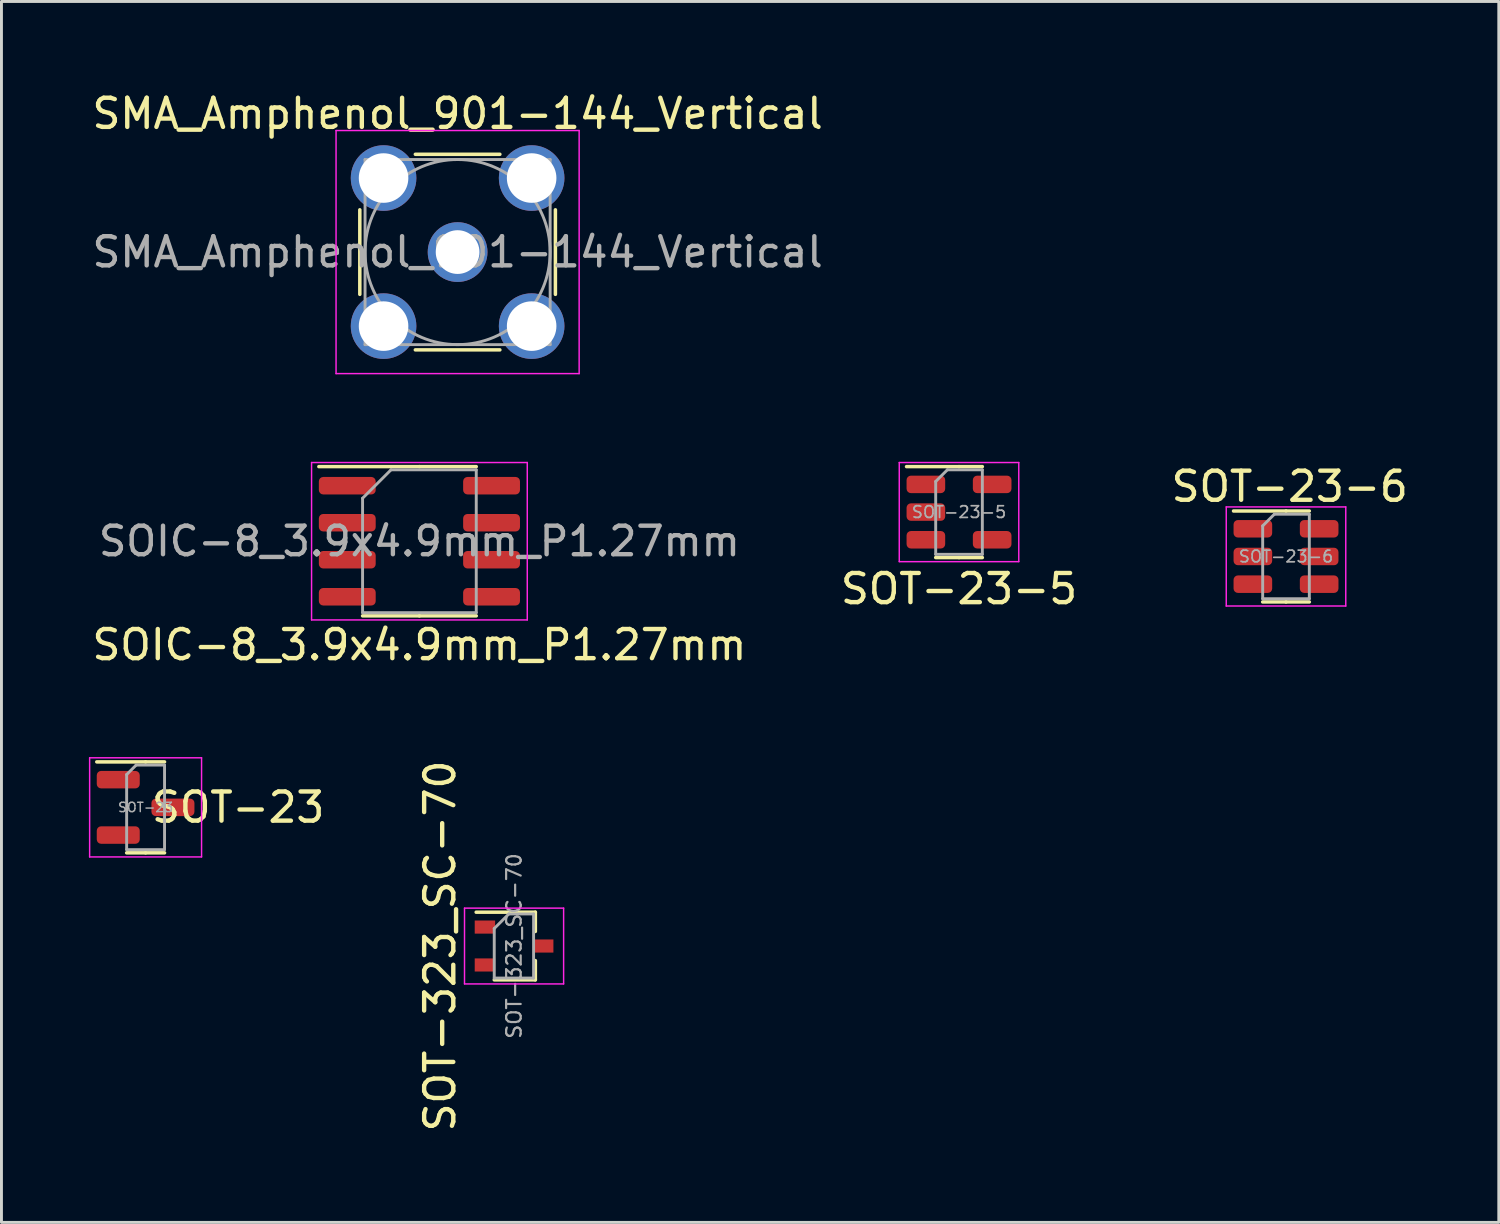
<source format=kicad_pcb>
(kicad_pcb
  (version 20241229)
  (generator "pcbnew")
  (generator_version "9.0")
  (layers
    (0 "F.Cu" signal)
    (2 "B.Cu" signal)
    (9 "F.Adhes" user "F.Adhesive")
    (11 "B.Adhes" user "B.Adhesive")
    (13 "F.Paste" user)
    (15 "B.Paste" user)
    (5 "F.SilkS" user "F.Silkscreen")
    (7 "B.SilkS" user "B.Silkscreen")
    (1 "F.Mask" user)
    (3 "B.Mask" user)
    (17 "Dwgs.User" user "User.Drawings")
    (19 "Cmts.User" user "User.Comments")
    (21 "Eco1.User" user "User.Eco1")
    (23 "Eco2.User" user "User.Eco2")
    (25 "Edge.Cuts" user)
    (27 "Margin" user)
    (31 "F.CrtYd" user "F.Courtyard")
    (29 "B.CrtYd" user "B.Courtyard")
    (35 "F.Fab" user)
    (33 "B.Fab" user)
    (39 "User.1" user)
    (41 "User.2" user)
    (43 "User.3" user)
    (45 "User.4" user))
  (footprint "SOT-23-6"
    (layer "F.Cu")
    (at 41.069 16.041)
    (property "Reference" "SOT-23-6" (at 0.127 -2.4 0) (layer "F.SilkS") (effects (font (size 1 1) (thickness 0.15))))
    (attr smd)
    (fp_line (start 0 -1.56) (end -1.8 -1.56) (stroke (width 0.12) (type solid)) (layer "F.SilkS"))
    (fp_line (start 0 -1.56) (end 0.8 -1.56) (stroke (width 0.12) (type solid)) (layer "F.SilkS"))
    (fp_line (start 0 1.56) (end -0.8 1.56) (stroke (width 0.12) (type solid)) (layer "F.SilkS"))
    (fp_line (start 0 1.56) (end 0.8 1.56) (stroke (width 0.12) (type solid)) (layer "F.SilkS"))
    (fp_line (start -2.05 -1.7) (end -2.05 1.7) (stroke (width 0.05) (type solid)) (layer "F.CrtYd"))
    (fp_line (start -2.05 1.7) (end 2.05 1.7) (stroke (width 0.05) (type solid)) (layer "F.CrtYd"))
    (fp_line (start 2.05 -1.7) (end -2.05 -1.7) (stroke (width 0.05) (type solid)) (layer "F.CrtYd"))
    (fp_line (start 2.05 1.7) (end 2.05 -1.7) (stroke (width 0.05) (type solid)) (layer "F.CrtYd"))
    (fp_line (start -0.8 -1.05) (end -0.4 -1.45) (stroke (width 0.1) (type solid)) (layer "F.Fab"))
    (fp_line (start -0.8 1.45) (end -0.8 -1.05) (stroke (width 0.1) (type solid)) (layer "F.Fab"))
    (fp_line (start -0.4 -1.45) (end 0.8 -1.45) (stroke (width 0.1) (type solid)) (layer "F.Fab"))
    (fp_line (start 0.8 -1.45) (end 0.8 1.45) (stroke (width 0.1) (type solid)) (layer "F.Fab"))
    (fp_line (start 0.8 1.45) (end -0.8 1.45) (stroke (width 0.1) (type solid)) (layer "F.Fab"))
    (fp_text user "${REFERENCE}" (at 0 0 0) (layer "F.Fab") (effects (font (size 0.4 0.4) (thickness 0.06))))
    (pad "1" smd roundrect (at -1.137 -0.95 180) (size 1.325 0.6) (layers "F.Cu" "F.Mask" "F.Paste") (roundrect_rratio 0.25))
    (pad "2" smd roundrect (at -1.137 0 180) (size 1.325 0.6) (layers "F.Cu" "F.Mask" "F.Paste") (roundrect_rratio 0.25))
    (pad "3" smd roundrect (at -1.137 0.95 180) (size 1.325 0.6) (layers "F.Cu" "F.Mask" "F.Paste") (roundrect_rratio 0.25))
    (pad "4" smd roundrect (at 1.137 0.95 180) (size 1.325 0.6) (layers "F.Cu" "F.Mask" "F.Paste") (roundrect_rratio 0.25))
    (pad "5" smd roundrect (at 1.137 0 180) (size 1.325 0.6) (layers "F.Cu" "F.Mask" "F.Paste") (roundrect_rratio 0.25))
    (pad "6" smd roundrect (at 1.137 -0.95 180) (size 1.325 0.6) (layers "F.Cu" "F.Mask" "F.Paste") (roundrect_rratio 0.25)))
  (footprint "SMA_Amphenol_901-144_Vertical"
    (layer "F.Cu")
    (at 12.649 5.598)
    (property "Reference" "SMA_Amphenol_901-144_Vertical" (at 0 -4.75 0) (layer "F.SilkS") (effects (font (size 1 1) (thickness 0.15))))
    (attr through_hole)
    (fp_line (start -3.355 -1.45) (end -3.355 1.45) (stroke (width 0.12) (type solid)) (layer "F.SilkS"))
    (fp_line (start -1.45 -3.355) (end 1.45 -3.355) (stroke (width 0.12) (type solid)) (layer "F.SilkS"))
    (fp_line (start -1.45 3.355) (end 1.45 3.355) (stroke (width 0.12) (type solid)) (layer "F.SilkS"))
    (fp_line (start 3.355 -1.45) (end 3.355 1.45) (stroke (width 0.12) (type solid)) (layer "F.SilkS"))
    (fp_line (start -4.17 -4.17) (end -4.17 4.17) (stroke (width 0.05) (type solid)) (layer "F.CrtYd"))
    (fp_line (start -4.17 -4.17) (end 4.17 -4.17) (stroke (width 0.05) (type solid)) (layer "F.CrtYd"))
    (fp_line (start 4.17 4.17) (end -4.17 4.17) (stroke (width 0.05) (type solid)) (layer "F.CrtYd"))
    (fp_line (start 4.17 4.17) (end 4.17 -4.17) (stroke (width 0.05) (type solid)) (layer "F.CrtYd"))
    (fp_line (start -3.175 -3.175) (end -3.175 3.175) (stroke (width 0.1) (type solid)) (layer "F.Fab"))
    (fp_line (start -3.175 -3.175) (end 3.175 -3.175) (stroke (width 0.1) (type solid)) (layer "F.Fab"))
    (fp_line (start -3.175 3.175) (end 3.175 3.175) (stroke (width 0.1) (type solid)) (layer "F.Fab"))
    (fp_line (start 3.175 -3.175) (end 3.175 3.175) (stroke (width 0.1) (type solid)) (layer "F.Fab"))
    (fp_circle (center 0 0) (end 3.175 0) (stroke (width 0.1) (type solid)) (fill no) (layer "F.Fab"))
    (fp_text user "${REFERENCE}" (at 0 0 0) (layer "F.Fab") (effects (font (size 1 1) (thickness 0.15))))
    (pad "1" thru_hole circle (at 0 0 180) (size 2.05 2.05) (drill 1.5) (layers "*.Cu" "*.Mask"))
    (pad "2" thru_hole circle (at -2.54 -2.54 180) (size 2.25 2.25) (drill 1.7) (layers "*.Cu" "*.Mask"))
    (pad "2" thru_hole circle (at -2.54 2.54 180) (size 2.25 2.25) (drill 1.7) (layers "*.Cu" "*.Mask"))
    (pad "2" thru_hole circle (at 2.54 -2.54 180) (size 2.25 2.25) (drill 1.7) (layers "*.Cu" "*.Mask"))
    (pad "2" thru_hole circle (at 2.54 2.54 180) (size 2.25 2.25) (drill 1.7) (layers "*.Cu" "*.Mask")))
  (footprint "SOT-23"
    (layer "F.Cu")
    (at 1.945 24.648)
    (property "Reference" "SOT-23" (at 3.175 0 0) (layer "F.SilkS") (effects (font (size 1 1) (thickness 0.15))))
    (attr smd)
    (fp_line (start 0 -1.56) (end -1.675 -1.56) (stroke (width 0.12) (type solid)) (layer "F.SilkS"))
    (fp_line (start 0 -1.56) (end 0.65 -1.56) (stroke (width 0.12) (type solid)) (layer "F.SilkS"))
    (fp_line (start 0 1.56) (end -0.65 1.56) (stroke (width 0.12) (type solid)) (layer "F.SilkS"))
    (fp_line (start 0 1.56) (end 0.65 1.56) (stroke (width 0.12) (type solid)) (layer "F.SilkS"))
    (fp_line (start -1.92 -1.7) (end -1.92 1.7) (stroke (width 0.05) (type solid)) (layer "F.CrtYd"))
    (fp_line (start -1.92 1.7) (end 1.92 1.7) (stroke (width 0.05) (type solid)) (layer "F.CrtYd"))
    (fp_line (start 1.92 -1.7) (end -1.92 -1.7) (stroke (width 0.05) (type solid)) (layer "F.CrtYd"))
    (fp_line (start 1.92 1.7) (end 1.92 -1.7) (stroke (width 0.05) (type solid)) (layer "F.CrtYd"))
    (fp_line (start -0.65 -1.125) (end -0.325 -1.45) (stroke (width 0.1) (type solid)) (layer "F.Fab"))
    (fp_line (start -0.65 1.45) (end -0.65 -1.125) (stroke (width 0.1) (type solid)) (layer "F.Fab"))
    (fp_line (start -0.325 -1.45) (end 0.65 -1.45) (stroke (width 0.1) (type solid)) (layer "F.Fab"))
    (fp_line (start 0.65 -1.45) (end 0.65 1.45) (stroke (width 0.1) (type solid)) (layer "F.Fab"))
    (fp_line (start 0.65 1.45) (end -0.65 1.45) (stroke (width 0.1) (type solid)) (layer "F.Fab"))
    (fp_text user "${REFERENCE}" (at 0 0 0) (layer "F.Fab") (effects (font (size 0.32 0.32) (thickness 0.05))))
    (pad "1" smd roundrect (at -0.938 -0.95) (size 1.475 0.6) (layers "F.Cu" "F.Mask" "F.Paste") (roundrect_rratio 0.25))
    (pad "2" smd roundrect (at -0.938 0.95) (size 1.475 0.6) (layers "F.Cu" "F.Mask" "F.Paste") (roundrect_rratio 0.25))
    (pad "3" smd roundrect (at 0.938 0) (size 1.475 0.6) (layers "F.Cu" "F.Mask" "F.Paste") (roundrect_rratio 0.25)))
  (footprint "SOT-23-5"
    (layer "F.Cu")
    (at 29.851 14.518)
    (property "Reference" "SOT-23-5" (at 0 2.634 0) (layer "F.SilkS") (effects (font (size 1 1) (thickness 0.15))))
    (attr smd)
    (fp_line (start 0 -1.56) (end -1.8 -1.56) (stroke (width 0.12) (type solid)) (layer "F.SilkS"))
    (fp_line (start 0 -1.56) (end 0.8 -1.56) (stroke (width 0.12) (type solid)) (layer "F.SilkS"))
    (fp_line (start 0 1.56) (end -0.8 1.56) (stroke (width 0.12) (type solid)) (layer "F.SilkS"))
    (fp_line (start 0 1.56) (end 0.8 1.56) (stroke (width 0.12) (type solid)) (layer "F.SilkS"))
    (fp_line (start -2.05 -1.7) (end -2.05 1.7) (stroke (width 0.05) (type solid)) (layer "F.CrtYd"))
    (fp_line (start -2.05 1.7) (end 2.05 1.7) (stroke (width 0.05) (type solid)) (layer "F.CrtYd"))
    (fp_line (start 2.05 -1.7) (end -2.05 -1.7) (stroke (width 0.05) (type solid)) (layer "F.CrtYd"))
    (fp_line (start 2.05 1.7) (end 2.05 -1.7) (stroke (width 0.05) (type solid)) (layer "F.CrtYd"))
    (fp_line (start -0.8 -1.05) (end -0.4 -1.45) (stroke (width 0.1) (type solid)) (layer "F.Fab"))
    (fp_line (start -0.8 1.45) (end -0.8 -1.05) (stroke (width 0.1) (type solid)) (layer "F.Fab"))
    (fp_line (start -0.4 -1.45) (end 0.8 -1.45) (stroke (width 0.1) (type solid)) (layer "F.Fab"))
    (fp_line (start 0.8 -1.45) (end 0.8 1.45) (stroke (width 0.1) (type solid)) (layer "F.Fab"))
    (fp_line (start 0.8 1.45) (end -0.8 1.45) (stroke (width 0.1) (type solid)) (layer "F.Fab"))
    (fp_text user "${REFERENCE}" (at 0 0 0) (layer "F.Fab") (effects (font (size 0.4 0.4) (thickness 0.06))))
    (pad "1" smd roundrect (at -1.137 -0.95 180) (size 1.325 0.6) (layers "F.Cu" "F.Mask" "F.Paste") (roundrect_rratio 0.25))
    (pad "2" smd roundrect (at -1.137 0 180) (size 1.325 0.6) (layers "F.Cu" "F.Mask" "F.Paste") (roundrect_rratio 0.25))
    (pad "3" smd roundrect (at -1.137 0.95 180) (size 1.325 0.6) (layers "F.Cu" "F.Mask" "F.Paste") (roundrect_rratio 0.25))
    (pad "4" smd roundrect (at 1.137 0.95 180) (size 1.325 0.6) (layers "F.Cu" "F.Mask" "F.Paste") (roundrect_rratio 0.25))
    (pad "5" smd roundrect (at 1.137 -0.95 180) (size 1.325 0.6) (layers "F.Cu" "F.Mask" "F.Paste") (roundrect_rratio 0.25)))
  (footprint "SOT-323_SC-70"
    (layer "F.Cu")
    (at 14.586 29.405)
    (property "Reference" "SOT-323_SC-70" (at -2.54 0 90) (layer "F.SilkS") (effects (font (size 1 1) (thickness 0.15))))
    (attr smd)
    (fp_line (start -0.68 1.16) (end 0.73 1.16) (stroke (width 0.12) (type solid)) (layer "F.SilkS"))
    (fp_line (start 0.73 -1.16) (end -1.3 -1.16) (stroke (width 0.12) (type solid)) (layer "F.SilkS"))
    (fp_line (start 0.73 -1.16) (end 0.73 -0.5) (stroke (width 0.12) (type solid)) (layer "F.SilkS"))
    (fp_line (start 0.73 0.5) (end 0.73 1.16) (stroke (width 0.12) (type solid)) (layer "F.SilkS"))
    (fp_line (start -1.7 -1.3) (end 1.7 -1.3) (stroke (width 0.05) (type solid)) (layer "F.CrtYd"))
    (fp_line (start -1.7 1.3) (end -1.7 -1.3) (stroke (width 0.05) (type solid)) (layer "F.CrtYd"))
    (fp_line (start 1.7 -1.3) (end 1.7 1.3) (stroke (width 0.05) (type solid)) (layer "F.CrtYd"))
    (fp_line (start 1.7 1.3) (end -1.7 1.3) (stroke (width 0.05) (type solid)) (layer "F.CrtYd"))
    (fp_line (start -0.68 -0.6) (end -0.68 1.1) (stroke (width 0.1) (type solid)) (layer "F.Fab"))
    (fp_line (start -0.18 -1.1) (end -0.68 -0.6) (stroke (width 0.1) (type solid)) (layer "F.Fab"))
    (fp_line (start 0.67 -1.1) (end -0.18 -1.1) (stroke (width 0.1) (type solid)) (layer "F.Fab"))
    (fp_line (start 0.67 -1.1) (end 0.67 1.1) (stroke (width 0.1) (type solid)) (layer "F.Fab"))
    (fp_line (start 0.67 1.1) (end -0.68 1.1) (stroke (width 0.1) (type solid)) (layer "F.Fab"))
    (fp_text user "${REFERENCE}" (at 0 0 270) (layer "F.Fab") (effects (font (size 0.5 0.5) (thickness 0.075))))
    (pad "1" smd rect (at -1 -0.65 270) (size 0.45 0.7) (layers "F.Cu" "F.Mask" "F.Paste"))
    (pad "2" smd rect (at -1 0.65 270) (size 0.45 0.7) (layers "F.Cu" "F.Mask" "F.Paste"))
    (pad "3" smd rect (at 1 0 270) (size 0.45 0.7) (layers "F.Cu" "F.Mask" "F.Paste")))
  (footprint "SOIC-8_3.9x4.9mm_P1.27mm"
    (layer "F.Cu")
    (at 11.339 15.518)
    (property "Reference" "SOIC-8_3.9x4.9mm_P1.27mm" (at 0 3.556 0) (layer "F.SilkS") (effects (font (size 1 1) (thickness 0.15))))
    (attr smd)
    (fp_line (start 0 -2.56) (end -3.45 -2.56) (stroke (width 0.12) (type solid)) (layer "F.SilkS"))
    (fp_line (start 0 -2.56) (end 1.95 -2.56) (stroke (width 0.12) (type solid)) (layer "F.SilkS"))
    (fp_line (start 0 2.56) (end -1.95 2.56) (stroke (width 0.12) (type solid)) (layer "F.SilkS"))
    (fp_line (start 0 2.56) (end 1.95 2.56) (stroke (width 0.12) (type solid)) (layer "F.SilkS"))
    (fp_line (start -3.7 -2.7) (end -3.7 2.7) (stroke (width 0.05) (type solid)) (layer "F.CrtYd"))
    (fp_line (start -3.7 2.7) (end 3.7 2.7) (stroke (width 0.05) (type solid)) (layer "F.CrtYd"))
    (fp_line (start 3.7 -2.7) (end -3.7 -2.7) (stroke (width 0.05) (type solid)) (layer "F.CrtYd"))
    (fp_line (start 3.7 2.7) (end 3.7 -2.7) (stroke (width 0.05) (type solid)) (layer "F.CrtYd"))
    (fp_line (start -1.95 -1.475) (end -0.975 -2.45) (stroke (width 0.1) (type solid)) (layer "F.Fab"))
    (fp_line (start -1.95 2.45) (end -1.95 -1.475) (stroke (width 0.1) (type solid)) (layer "F.Fab"))
    (fp_line (start -0.975 -2.45) (end 1.95 -2.45) (stroke (width 0.1) (type solid)) (layer "F.Fab"))
    (fp_line (start 1.95 -2.45) (end 1.95 2.45) (stroke (width 0.1) (type solid)) (layer "F.Fab"))
    (fp_line (start 1.95 2.45) (end -1.95 2.45) (stroke (width 0.1) (type solid)) (layer "F.Fab"))
    (fp_text user "${REFERENCE}" (at 0 0 0) (layer "F.Fab") (effects (font (size 0.98 0.98) (thickness 0.15))))
    (pad "1" smd roundrect (at -2.475 -1.905 180) (size 1.95 0.6) (layers "F.Cu" "F.Mask" "F.Paste") (roundrect_rratio 0.25))
    (pad "2" smd roundrect (at -2.475 -0.635 180) (size 1.95 0.6) (layers "F.Cu" "F.Mask" "F.Paste") (roundrect_rratio 0.25))
    (pad "3" smd roundrect (at -2.475 0.635 180) (size 1.95 0.6) (layers "F.Cu" "F.Mask" "F.Paste") (roundrect_rratio 0.25))
    (pad "4" smd roundrect (at -2.475 1.905 180) (size 1.95 0.6) (layers "F.Cu" "F.Mask" "F.Paste") (roundrect_rratio 0.25))
    (pad "5" smd roundrect (at 2.475 1.905 180) (size 1.95 0.6) (layers "F.Cu" "F.Mask" "F.Paste") (roundrect_rratio 0.25))
    (pad "6" smd roundrect (at 2.475 0.635 180) (size 1.95 0.6) (layers "F.Cu" "F.Mask" "F.Paste") (roundrect_rratio 0.25))
    (pad "7" smd roundrect (at 2.475 -0.635 180) (size 1.95 0.6) (layers "F.Cu" "F.Mask" "F.Paste") (roundrect_rratio 0.25))
    (pad "8" smd roundrect (at 2.475 -1.905 180) (size 1.95 0.6) (layers "F.Cu" "F.Mask" "F.Paste") (roundrect_rratio 0.25)))
  (gr_rect
    (start -3 -3)
    (end 48.369 38.887)
    (stroke (width 0.1) (type default))
    (fill no)
    (layer "Edge.Cuts")))
</source>
